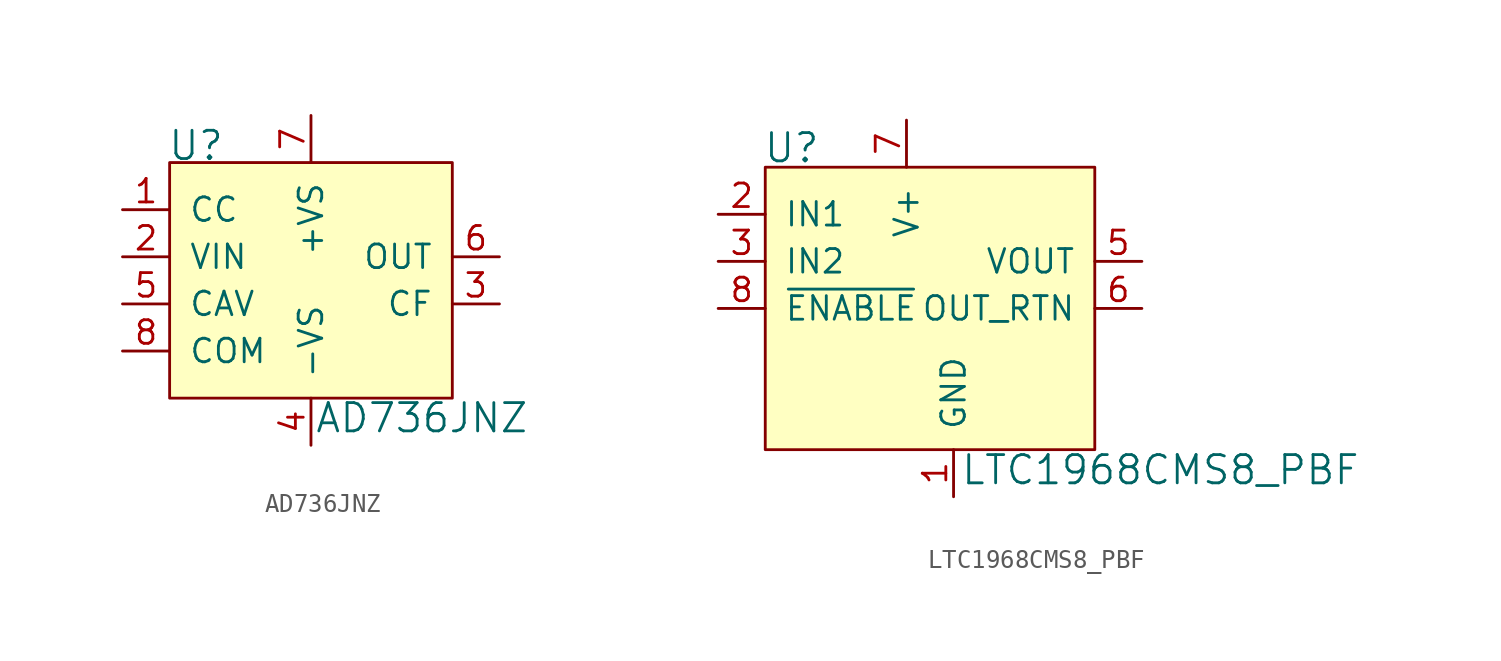
<source format=kicad_sym>
(kicad_symbol_lib
  (version 20231120)
  (generator "kicad_symbol_editor")
  (generator_version "8.0")
  (symbol "AD736JNZ"
    (pin_names
      (offset 1.016))
    (property "Reference" "U"
      (at -7.747 5.994 0)
      (effects (font (size 1.524 1.524)) (justify left)))
    (property "Value" "AD736JNZ"
      (at 0.178 -8.687 0)
      (effects (font (size 1.524 1.524)) (justify left)))
    (symbol "AD736JNZ_0_1"
      (rectangle (start -7.62 5.08) (end 7.62 -7.62) (stroke (width 0) (type solid)) (fill (type background))))
    (symbol "AD736JNZ_1_1"
      (pin input line (at -10.16 2.54 0) (length 2.54) (name "CC" (effects (font (size 1.27 1.27)))) (number "1" (effects (font (size 1.27 1.27)))))
      (pin input line (at -10.16 0 0) (length 2.54) (name "VIN" (effects (font (size 1.27 1.27)))) (number "2" (effects (font (size 1.27 1.27)))))
      (pin output line (at 10.16 -2.54 180) (length 2.54) (name "CF" (effects (font (size 1.27 1.27)))) (number "3" (effects (font (size 1.27 1.27)))))
      (pin power_in line (at 0 -10.16 90) (length 2.54) (name "-VS" (effects (font (size 1.27 1.27)))) (number "4" (effects (font (size 1.27 1.27)))))
      (pin passive line (at -10.16 -2.54 0) (length 2.54) (name "CAV" (effects (font (size 1.27 1.27)))) (number "5" (effects (font (size 1.27 1.27)))))
      (pin output line (at 10.16 0 180) (length 2.54) (name "OUT" (effects (font (size 1.27 1.27)))) (number "6" (effects (font (size 1.27 1.27)))))
      (pin power_in line (at 0 7.62 270) (length 2.54) (name "+VS" (effects (font (size 1.27 1.27)))) (number "7" (effects (font (size 1.27 1.27)))))
      (pin input line (at -10.16 -5.08 0) (length 2.54) (name "COM" (effects (font (size 1.27 1.27)))) (number "8" (effects (font (size 1.27 1.27)))))))
  (symbol "LTC1968CMS8_PBF"
    (pin_names
      (offset 1.016))
    (property "Reference" "U"
      (at -10.287 1.041 0)
      (effects (font (size 1.524 1.524)) (justify left)))
    (property "Value" "LTC1968CMS8_PBF"
      (at 0.356 -16.332 0)
      (effects (font (size 1.524 1.524)) (justify left)))
    (symbol "LTC1968CMS8_PBF_0_1"
      (rectangle (start -10.16 0) (end 7.62 -15.24) (stroke (width 0) (type solid)) (fill (type background))))
    (symbol "LTC1968CMS8_PBF_1_1"
      (pin power_in line (at 0 -17.78 90) (length 2.54) (name "GND" (effects (font (size 1.27 1.27)))) (number "1" (effects (font (size 1.27 1.27)))))
      (pin input line (at -12.7 -2.54 0) (length 2.54) (name "IN1" (effects (font (size 1.27 1.27)))) (number "2" (effects (font (size 1.27 1.27)))))
      (pin input line (at -12.7 -5.08 0) (length 2.54) (name "IN2" (effects (font (size 1.27 1.27)))) (number "3" (effects (font (size 1.27 1.27)))))
      (pin no_connect line (at -10.16 -10.16 0) (length 2.54) hide (name "NC" (effects (font (size 1.27 1.27)))) (number "4" (effects (font (size 1.27 1.27)))))
      (pin power_out line (at 10.16 -5.08 180) (length 2.54) (name "VOUT" (effects (font (size 1.27 1.27)))) (number "5" (effects (font (size 1.27 1.27)))))
      (pin output line (at 10.16 -7.62 180) (length 2.54) (name "OUT_RTN" (effects (font (size 1.27 1.27)))) (number "6" (effects (font (size 1.27 1.27)))))
      (pin power_in line (at -2.54 2.54 270) (length 2.54) (name "V+" (effects (font (size 1.27 1.27)))) (number "7" (effects (font (size 1.27 1.27)))))
      (pin input line (at -12.7 -7.62 0) (length 2.54) (name "~{ENABLE}" (effects (font (size 1.27 1.27)))) (number "8" (effects (font (size 1.27 1.27))))))))
</source>
